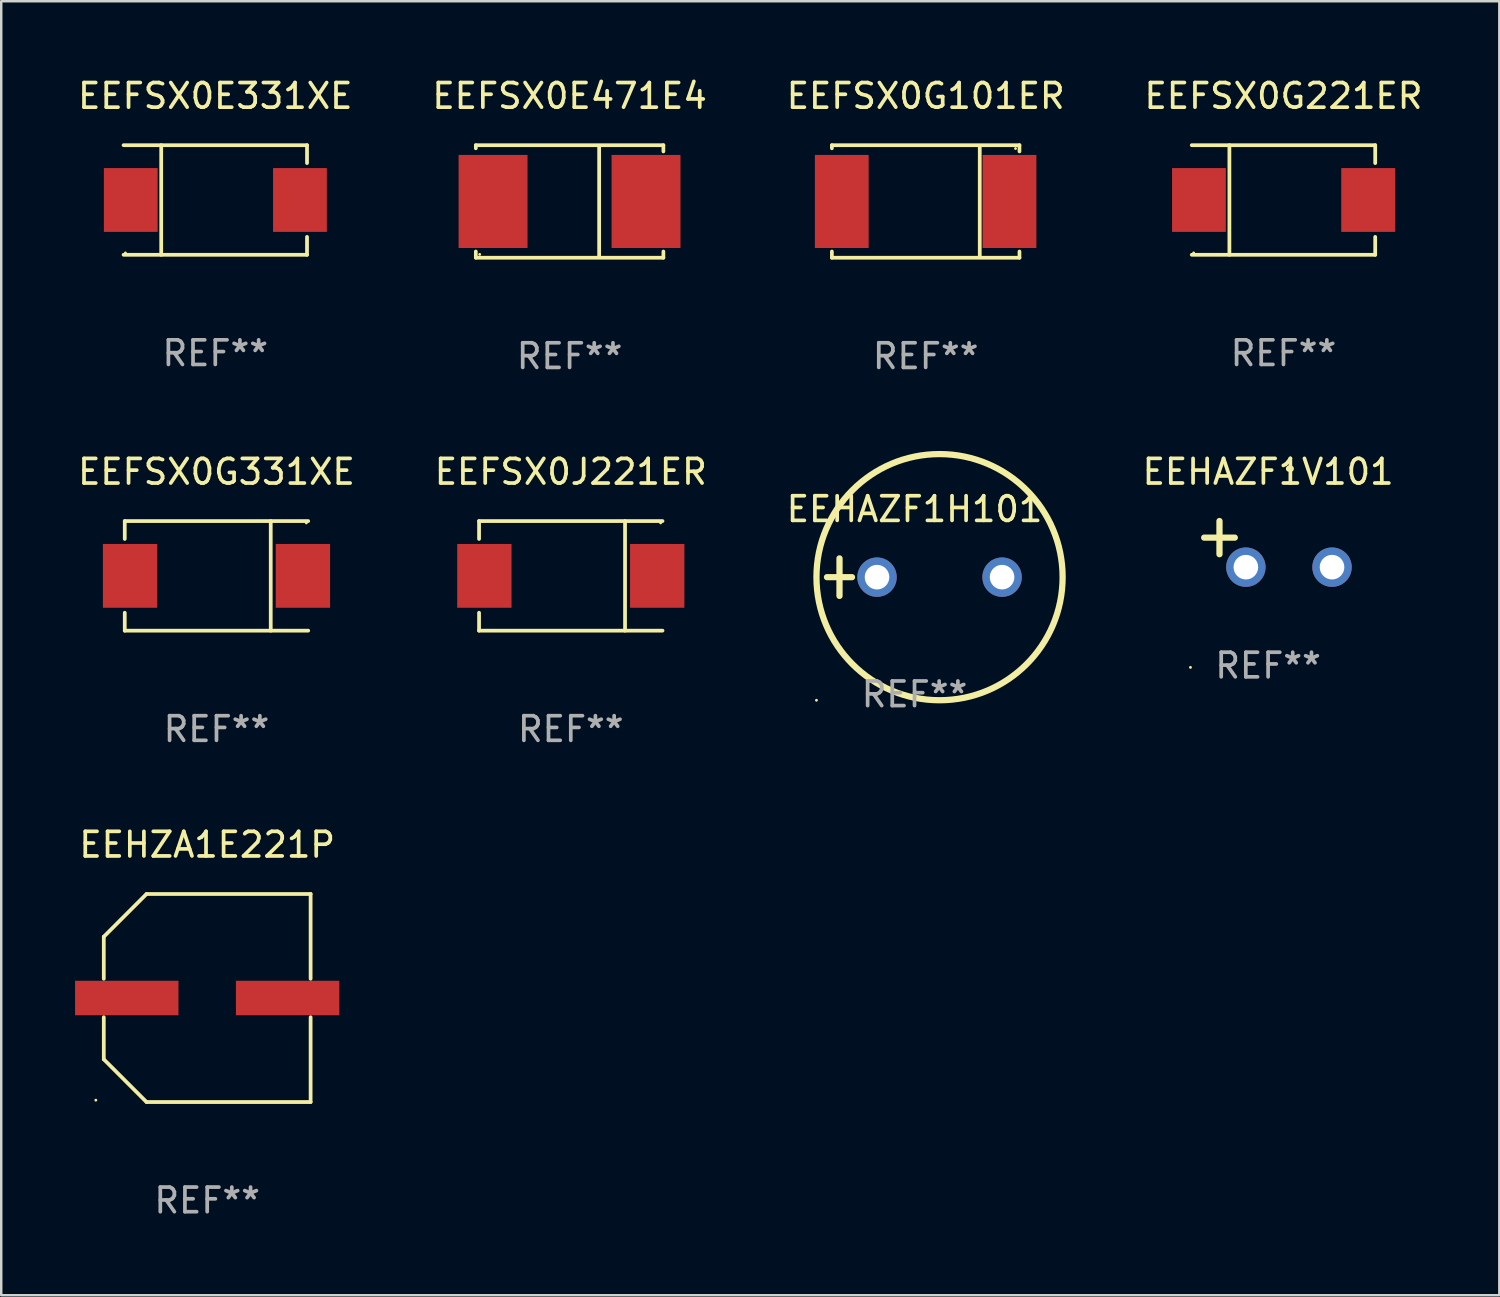
<source format=kicad_pcb>
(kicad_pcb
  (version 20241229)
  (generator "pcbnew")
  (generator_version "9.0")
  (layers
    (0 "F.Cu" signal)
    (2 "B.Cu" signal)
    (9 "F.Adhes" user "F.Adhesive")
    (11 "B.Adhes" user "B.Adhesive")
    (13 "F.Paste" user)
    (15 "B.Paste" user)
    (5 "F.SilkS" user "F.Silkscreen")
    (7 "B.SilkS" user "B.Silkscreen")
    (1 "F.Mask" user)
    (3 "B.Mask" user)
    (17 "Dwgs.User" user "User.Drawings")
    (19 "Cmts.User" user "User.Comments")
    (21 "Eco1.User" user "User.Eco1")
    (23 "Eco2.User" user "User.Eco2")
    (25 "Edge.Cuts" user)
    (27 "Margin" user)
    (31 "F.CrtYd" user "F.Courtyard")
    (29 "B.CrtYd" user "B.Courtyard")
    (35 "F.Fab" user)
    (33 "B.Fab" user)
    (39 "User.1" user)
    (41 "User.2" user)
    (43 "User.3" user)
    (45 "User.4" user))
  (footprint "EEHAZF1V101"
    (layer "F.Cu")
    (at 48.464 19.053)
    (property "Reference" "EEHAZF1V101" (at 0 -2.937 0) (layer "F.SilkS") (effects (font (size 1 1) (thickness 0.15))))
    (attr through_hole)
    (fp_line (start -1.975 0.41) (end -1.975 -0.937) (stroke (width 0.254) (type solid)) (layer "F.SilkS"))
    (fp_line (start -1.353 -0.263) (end -2.597 -0.263) (stroke (width 0.254) (type solid)) (layer "F.SilkS"))
    (fp_arc (start 0.849809 -3.063957) (mid 0.885369 -3.064114) (end 0.920929 -3.063957) (stroke (width 0.254001) (type solid)) (layer "F.SilkS"))
    (fp_circle (center -3.154 5.008) (end -3.124 5.008) (stroke (width 0.06) (type solid)) (fill no) (layer "F.SilkS"))
    (fp_text user "REF**" (at 0 4.937 0) (layer "F.Fab") (effects (font (size 1 1) (thickness 0.15))))
    (pad "1" thru_hole circle (at -0.903 0.937) (size 1.6 1.6) (drill 1) (layers "*.Cu" "*.Mask"))
    (pad "2" thru_hole circle (at 2.597 0.937) (size 1.6 1.6) (drill 1) (layers "*.Cu" "*.Mask")))
  (footprint "EEFSX0J221ER"
    (layer "F.Cu")
    (at 20.137 20.343)
    (property "Reference" "EEFSX0J221ER" (at 0 -4.226 0) (layer "F.SilkS") (effects (font (size 1 1) (thickness 0.15))))
    (attr through_hole)
    (fp_line (start -3.726 -2.226) (end -3.726 -1.499) (stroke (width 0.152) (type solid)) (layer "F.SilkS"))
    (fp_line (start -3.726 -2.226) (end 3.726 -2.226) (stroke (width 0.152) (type solid)) (layer "F.SilkS"))
    (fp_line (start -3.726 2.226) (end -3.726 1.499) (stroke (width 0.152) (type solid)) (layer "F.SilkS"))
    (fp_line (start -3.726 2.226) (end 3.726 2.226) (stroke (width 0.152) (type solid)) (layer "F.SilkS"))
    (fp_line (start 2.204 -2.226) (end 2.204 2.226) (stroke (width 0.152) (type solid)) (layer "F.SilkS"))
    (fp_circle (center 3.65 -2.15) (end 3.68 -2.15) (stroke (width 0.06) (type solid)) (fill no) (layer "F.SilkS"))
    (fp_text user "REF**" (at 0 6.226 0) (layer "F.Fab") (effects (font (size 1 1) (thickness 0.15))))
    (pad "1" smd rect (at 3.511 0) (size 2.207 2.592) (layers "F.Cu" "F.Mask" "F.Paste"))
    (pad "2" smd rect (at -3.511 0) (size 2.207 2.592) (layers "F.Cu" "F.Mask" "F.Paste")))
  (footprint "EEFSX0E331XE"
    (layer "F.Cu")
    (at 5.696 5.074)
    (property "Reference" "EEFSX0E331XE" (at 0 -4.226 0) (layer "F.SilkS") (effects (font (size 1 1) (thickness 0.15))))
    (attr through_hole)
    (fp_line (start -3.726 -2.226) (end 3.726 -2.226) (stroke (width 0.152) (type solid)) (layer "F.SilkS"))
    (fp_line (start -3.726 2.226) (end 3.726 2.226) (stroke (width 0.152) (type solid)) (layer "F.SilkS"))
    (fp_line (start -2.197 -2.226) (end -2.197 2.226) (stroke (width 0.152) (type solid)) (layer "F.SilkS"))
    (fp_line (start 3.726 -2.226) (end 3.726 -1.499) (stroke (width 0.152) (type solid)) (layer "F.SilkS"))
    (fp_line (start 3.726 2.226) (end 3.726 1.499) (stroke (width 0.152) (type solid)) (layer "F.SilkS"))
    (fp_circle (center -3.65 2.15) (end -3.62 2.15) (stroke (width 0.06) (type solid)) (fill no) (layer "F.SilkS"))
    (fp_text user "REF**" (at 0 6.226 0) (layer "F.Fab") (effects (font (size 1 1) (thickness 0.15))))
    (pad "1" smd rect (at -3.434 0 180) (size 2.185 2.592) (layers "F.Cu" "F.Mask" "F.Paste"))
    (pad "2" smd rect (at 3.439 0 180) (size 2.185 2.592) (layers "F.Cu" "F.Mask" "F.Paste")))
  (footprint "EEFSX0G101ER"
    (layer "F.Cu")
    (at 34.554 5.134)
    (property "Reference" "EEFSX0G101ER" (at 0 -4.286 0) (layer "F.SilkS") (effects (font (size 1 1) (thickness 0.15))))
    (attr through_hole)
    (fp_line (start -3.81 -2.286) (end -3.81 -2.159) (stroke (width 0.15) (type solid)) (layer "F.SilkS"))
    (fp_line (start -3.81 2.032) (end -3.81 2.286) (stroke (width 0.15) (type solid)) (layer "F.SilkS"))
    (fp_line (start -3.81 2.286) (end 3.81 2.286) (stroke (width 0.15) (type solid)) (layer "F.SilkS"))
    (fp_line (start 2.197 -2.226) (end 2.197 2.226) (stroke (width 0.152) (type solid)) (layer "F.SilkS"))
    (fp_line (start 3.81 -2.286) (end -3.81 -2.286) (stroke (width 0.15) (type solid)) (layer "F.SilkS"))
    (fp_line (start 3.81 -2.032) (end 3.81 -2.286) (stroke (width 0.15) (type solid)) (layer "F.SilkS"))
    (fp_line (start 3.81 2.286) (end 3.81 2.032) (stroke (width 0.15) (type solid)) (layer "F.SilkS"))
    (fp_circle (center 3.65 -2.15) (end 3.68 -2.15) (stroke (width 0.06) (type solid)) (fill no) (layer "F.SilkS"))
    (fp_text user "REF**" (at 0 6.286 0) (layer "F.Fab") (effects (font (size 1 1) (thickness 0.15))))
    (pad "1" smd rect (at 3.404 0 180) (size 2.185 3.78) (layers "F.Cu" "F.Mask" "F.Paste"))
    (pad "2" smd rect (at -3.409 0 180) (size 2.185 3.78) (layers "F.Cu" "F.Mask" "F.Paste")))
  (footprint "EEFSX0G221ER"
    (layer "F.Cu")
    (at 49.089 5.074)
    (property "Reference" "EEFSX0G221ER" (at 0 -4.226 0) (layer "F.SilkS") (effects (font (size 1 1) (thickness 0.15))))
    (attr through_hole)
    (fp_line (start -3.726 -2.226) (end 3.726 -2.226) (stroke (width 0.152) (type solid)) (layer "F.SilkS"))
    (fp_line (start -3.726 2.226) (end 3.726 2.226) (stroke (width 0.152) (type solid)) (layer "F.SilkS"))
    (fp_line (start -2.197 -2.226) (end -2.197 2.226) (stroke (width 0.152) (type solid)) (layer "F.SilkS"))
    (fp_line (start 3.726 -2.226) (end 3.726 -1.499) (stroke (width 0.152) (type solid)) (layer "F.SilkS"))
    (fp_line (start 3.726 2.226) (end 3.726 1.499) (stroke (width 0.152) (type solid)) (layer "F.SilkS"))
    (fp_circle (center -3.65 2.15) (end -3.62 2.15) (stroke (width 0.06) (type solid)) (fill no) (layer "F.SilkS"))
    (fp_text user "REF**" (at 0 6.226 0) (layer "F.Fab") (effects (font (size 1 1) (thickness 0.15))))
    (pad "1" smd rect (at -3.434 0 180) (size 2.185 2.592) (layers "F.Cu" "F.Mask" "F.Paste"))
    (pad "2" smd rect (at 3.439 0 180) (size 2.185 2.592) (layers "F.Cu" "F.Mask" "F.Paste")))
  (footprint "EEFSX0G331XE"
    (layer "F.Cu")
    (at 5.744 20.343)
    (property "Reference" "EEFSX0G331XE" (at 0 -4.226 0) (layer "F.SilkS") (effects (font (size 1 1) (thickness 0.15))))
    (attr through_hole)
    (fp_line (start -3.726 -2.226) (end -3.726 -1.499) (stroke (width 0.152) (type solid)) (layer "F.SilkS"))
    (fp_line (start -3.726 -2.226) (end 3.726 -2.226) (stroke (width 0.152) (type solid)) (layer "F.SilkS"))
    (fp_line (start -3.726 2.226) (end -3.726 1.499) (stroke (width 0.152) (type solid)) (layer "F.SilkS"))
    (fp_line (start -3.726 2.226) (end 3.726 2.226) (stroke (width 0.152) (type solid)) (layer "F.SilkS"))
    (fp_line (start 2.204 -2.226) (end 2.204 2.226) (stroke (width 0.152) (type solid)) (layer "F.SilkS"))
    (fp_circle (center 3.65 -2.15) (end 3.68 -2.15) (stroke (width 0.06) (type solid)) (fill no) (layer "F.SilkS"))
    (fp_text user "REF**" (at 0 6.226 0) (layer "F.Fab") (effects (font (size 1 1) (thickness 0.15))))
    (pad "1" smd rect (at 3.511 0) (size 2.207 2.592) (layers "F.Cu" "F.Mask" "F.Paste"))
    (pad "2" smd rect (at -3.511 0) (size 2.207 2.592) (layers "F.Cu" "F.Mask" "F.Paste")))
  (footprint "EEFSX0E471E4"
    (layer "F.Cu")
    (at 20.089 5.134)
    (property "Reference" "EEFSX0E471E4" (at 0 -4.286 0) (layer "F.SilkS") (effects (font (size 1 1) (thickness 0.15))))
    (attr through_hole)
    (fp_line (start -3.81 -2.286) (end -3.81 -2.159) (stroke (width 0.15) (type solid)) (layer "F.SilkS"))
    (fp_line (start -3.81 2.032) (end -3.81 2.286) (stroke (width 0.15) (type solid)) (layer "F.SilkS"))
    (fp_line (start -3.81 2.286) (end 3.81 2.286) (stroke (width 0.15) (type solid)) (layer "F.SilkS"))
    (fp_line (start 1.2 -2.236) (end 1.2 2.217) (stroke (width 0.152) (type solid)) (layer "F.SilkS"))
    (fp_line (start 3.81 -2.286) (end -3.81 -2.286) (stroke (width 0.15) (type solid)) (layer "F.SilkS"))
    (fp_line (start 3.81 -2.032) (end 3.81 -2.286) (stroke (width 0.15) (type solid)) (layer "F.SilkS"))
    (fp_line (start 3.81 2.286) (end 3.81 2.032) (stroke (width 0.15) (type solid)) (layer "F.SilkS"))
    (fp_circle (center -3.653 2.15) (end -3.623 2.15) (stroke (width 0.06) (type solid)) (fill no) (layer "F.SilkS"))
    (fp_text user "REF**" (at 0 6.286 0) (layer "F.Fab") (effects (font (size 1 1) (thickness 0.15))))
    (pad "1" smd rect (at -3.109 0) (size 2.8 3.78) (layers "F.Cu" "F.Mask" "F.Paste"))
    (pad "2" smd rect (at 3.104 0) (size 2.8 3.78) (layers "F.Cu" "F.Mask" "F.Paste")))
  (footprint "EEHAZF1H101"
    (layer "F.Cu")
    (at 34.101 20.396)
    (property "Reference" "EEHAZF1H101" (at 0 -2.762 0) (layer "F.SilkS") (effects (font (size 1 1) (thickness 0.15))))
    (attr through_hole)
    (fp_line (start -3.556 0) (end -2.54 0) (stroke (width 0.254) (type solid)) (layer "F.SilkS"))
    (fp_line (start -3.048 -0.762) (end -3.048 0.762) (stroke (width 0.254) (type solid)) (layer "F.SilkS"))
    (fp_circle (center -3.984 5) (end -3.954 5) (stroke (width 0.06) (type solid)) (fill no) (layer "F.SilkS"))
    (fp_circle (center 1.016 0) (end 6.016 0) (stroke (width 0.254) (type solid)) (fill no) (layer "F.SilkS"))
    (fp_text user "REF**" (at 0 4.762 0) (layer "F.Fab") (effects (font (size 1 1) (thickness 0.15))))
    (pad "1" thru_hole circle (at -1.524 0) (size 1.6 1.6) (drill 1) (layers "*.Cu" "*.Mask"))
    (pad "2" thru_hole circle (at 3.556 0) (size 1.6 1.6) (drill 1) (layers "*.Cu" "*.Mask")))
  (footprint "EEHZA1E221P"
    (layer "F.Cu")
    (at 5.367 37.492)
    (property "Reference" "EEHZA1E221P" (at 0 -6.226 0) (layer "F.SilkS") (effects (font (size 1 1) (thickness 0.15))))
    (attr through_hole)
    (fp_line (start -4.201 -2.49) (end -4.201 -0.782) (stroke (width 0.152) (type solid)) (layer "F.SilkS"))
    (fp_line (start -4.201 2.49) (end -4.201 0.782) (stroke (width 0.152) (type solid)) (layer "F.SilkS"))
    (fp_line (start -2.465 -4.226) (end -4.201 -2.49) (stroke (width 0.152) (type solid)) (layer "F.SilkS"))
    (fp_line (start -2.465 4.226) (end -4.201 2.49) (stroke (width 0.152) (type solid)) (layer "F.SilkS"))
    (fp_line (start 4.201 -4.226) (end -2.465 -4.226) (stroke (width 0.152) (type solid)) (layer "F.SilkS"))
    (fp_line (start 4.201 -0.782) (end 4.201 -4.226) (stroke (width 0.152) (type solid)) (layer "F.SilkS"))
    (fp_line (start 4.201 0.782) (end 4.201 4.226) (stroke (width 0.152) (type solid)) (layer "F.SilkS"))
    (fp_line (start 4.201 4.226) (end -2.465 4.226) (stroke (width 0.152) (type solid)) (layer "F.SilkS"))
    (fp_circle (center -4.524 4.15) (end -4.494 4.15) (stroke (width 0.06) (type solid)) (fill no) (layer "F.SilkS"))
    (fp_text user "REF**" (at 0 8.226 0) (layer "F.Fab") (effects (font (size 1 1) (thickness 0.15))))
    (pad "1" smd rect (at -3.267 0) (size 4.2 1.4) (layers "F.Cu" "F.Mask" "F.Paste"))
    (pad "2" smd rect (at 3.267 0) (size 4.2 1.4) (layers "F.Cu" "F.Mask" "F.Paste")))
  (gr_rect
    (start -3 -3)
    (end 57.857 49.566)
    (stroke (width 0.1) (type default))
    (fill no)
    (layer "Edge.Cuts")))
</source>
